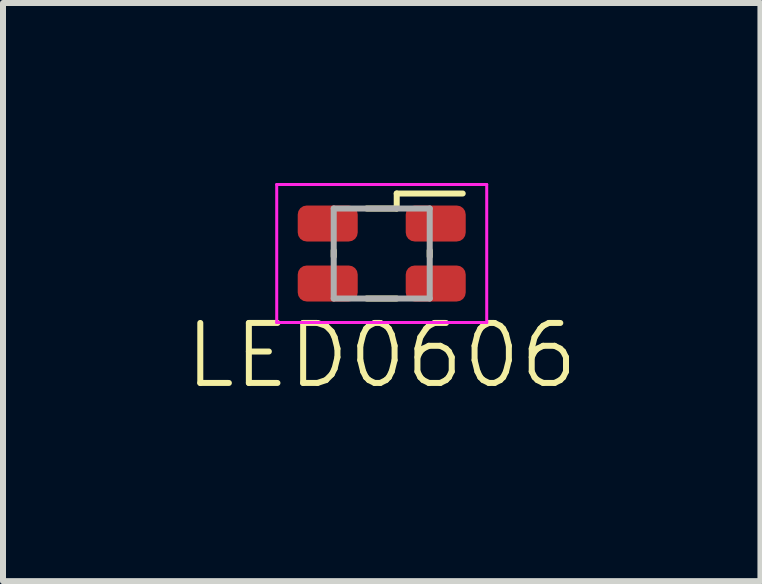
<source format=kicad_pcb>
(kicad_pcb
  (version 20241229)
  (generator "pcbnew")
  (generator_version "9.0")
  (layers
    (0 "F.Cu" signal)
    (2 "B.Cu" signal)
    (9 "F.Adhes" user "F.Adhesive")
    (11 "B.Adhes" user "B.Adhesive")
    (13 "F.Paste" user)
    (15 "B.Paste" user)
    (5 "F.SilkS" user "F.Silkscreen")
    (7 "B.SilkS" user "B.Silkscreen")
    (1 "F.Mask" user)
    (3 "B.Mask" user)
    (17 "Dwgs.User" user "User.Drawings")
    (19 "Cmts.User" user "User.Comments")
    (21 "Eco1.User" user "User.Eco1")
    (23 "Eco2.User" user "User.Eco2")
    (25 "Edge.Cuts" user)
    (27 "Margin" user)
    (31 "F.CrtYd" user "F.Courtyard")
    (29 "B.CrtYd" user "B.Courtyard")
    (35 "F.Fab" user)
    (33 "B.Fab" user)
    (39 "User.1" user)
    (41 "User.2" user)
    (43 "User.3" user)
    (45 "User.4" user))
  (footprint "LED0606"
    (layer "F.Cu")
    (at 3.312 1.175)
    (property "Reference" "LED0606" (at 0 1.7 0) (layer "F.SilkS") (effects (font (size 1 1) (thickness 0.1))))
    (attr through_hole)
    (fp_line (start -0.8 -0.05) (end -0.8 0.05) (stroke (width 0.1) (type solid)) (layer "F.SilkS"))
    (fp_line (start -0.25 -0.75) (end 0.25 -0.75) (stroke (width 0.1) (type solid)) (layer "F.SilkS"))
    (fp_line (start -0.25 0.75) (end 0.25 0.75) (stroke (width 0.1) (type solid)) (layer "F.SilkS"))
    (fp_line (start 0.25 -1) (end 1.35 -1) (stroke (width 0.1) (type solid)) (layer "F.SilkS"))
    (fp_line (start 0.25 -0.75) (end 0.25 -1) (stroke (width 0.1) (type solid)) (layer "F.SilkS"))
    (fp_line (start 0.8 -0.05) (end 0.8 0.05) (stroke (width 0.1) (type solid)) (layer "F.SilkS"))
    (fp_line (start -1.75 -1.15) (end -1.75 1.15) (stroke (width 0.05) (type solid)) (layer "F.CrtYd"))
    (fp_line (start -1.75 1.15) (end 1.75 1.15) (stroke (width 0.05) (type solid)) (layer "F.CrtYd"))
    (fp_line (start 1.75 -1.15) (end -1.75 -1.15) (stroke (width 0.05) (type solid)) (layer "F.CrtYd"))
    (fp_line (start 1.75 1.15) (end 1.75 -1.15) (stroke (width 0.05) (type solid)) (layer "F.CrtYd"))
    (fp_line (start -0.8 -0.75) (end 0.8 -0.75) (stroke (width 0.1) (type solid)) (layer "F.Fab"))
    (fp_line (start -0.8 0.75) (end -0.8 -0.75) (stroke (width 0.1) (type solid)) (layer "F.Fab"))
    (fp_line (start 0.8 -0.75) (end 0.8 0.75) (stroke (width 0.1) (type solid)) (layer "F.Fab"))
    (fp_line (start 0.8 0.75) (end -0.8 0.75) (stroke (width 0.1) (type solid)) (layer "F.Fab"))
    (pad "1" smd roundrect (at 0.9 -0.5) (size 1 0.6) (layers "F.Cu" "F.Mask" "F.Paste") (roundrect_rratio 0.25))
    (pad "2" smd roundrect (at 0.9 0.5) (size 1 0.6) (layers "F.Cu" "F.Mask" "F.Paste") (roundrect_rratio 0.25))
    (pad "3" smd roundrect (at -0.9 0.5) (size 1 0.6) (layers "F.Cu" "F.Mask" "F.Paste") (roundrect_rratio 0.25))
    (pad "4" smd roundrect (at -0.9 -0.5) (size 1 0.6) (layers "F.Cu" "F.Mask" "F.Paste") (roundrect_rratio 0.25)))
  (gr_rect
    (start -3 -3)
    (end 9.624 6.636)
    (stroke (width 0.1) (type default))
    (fill no)
    (layer "Edge.Cuts")))
</source>
